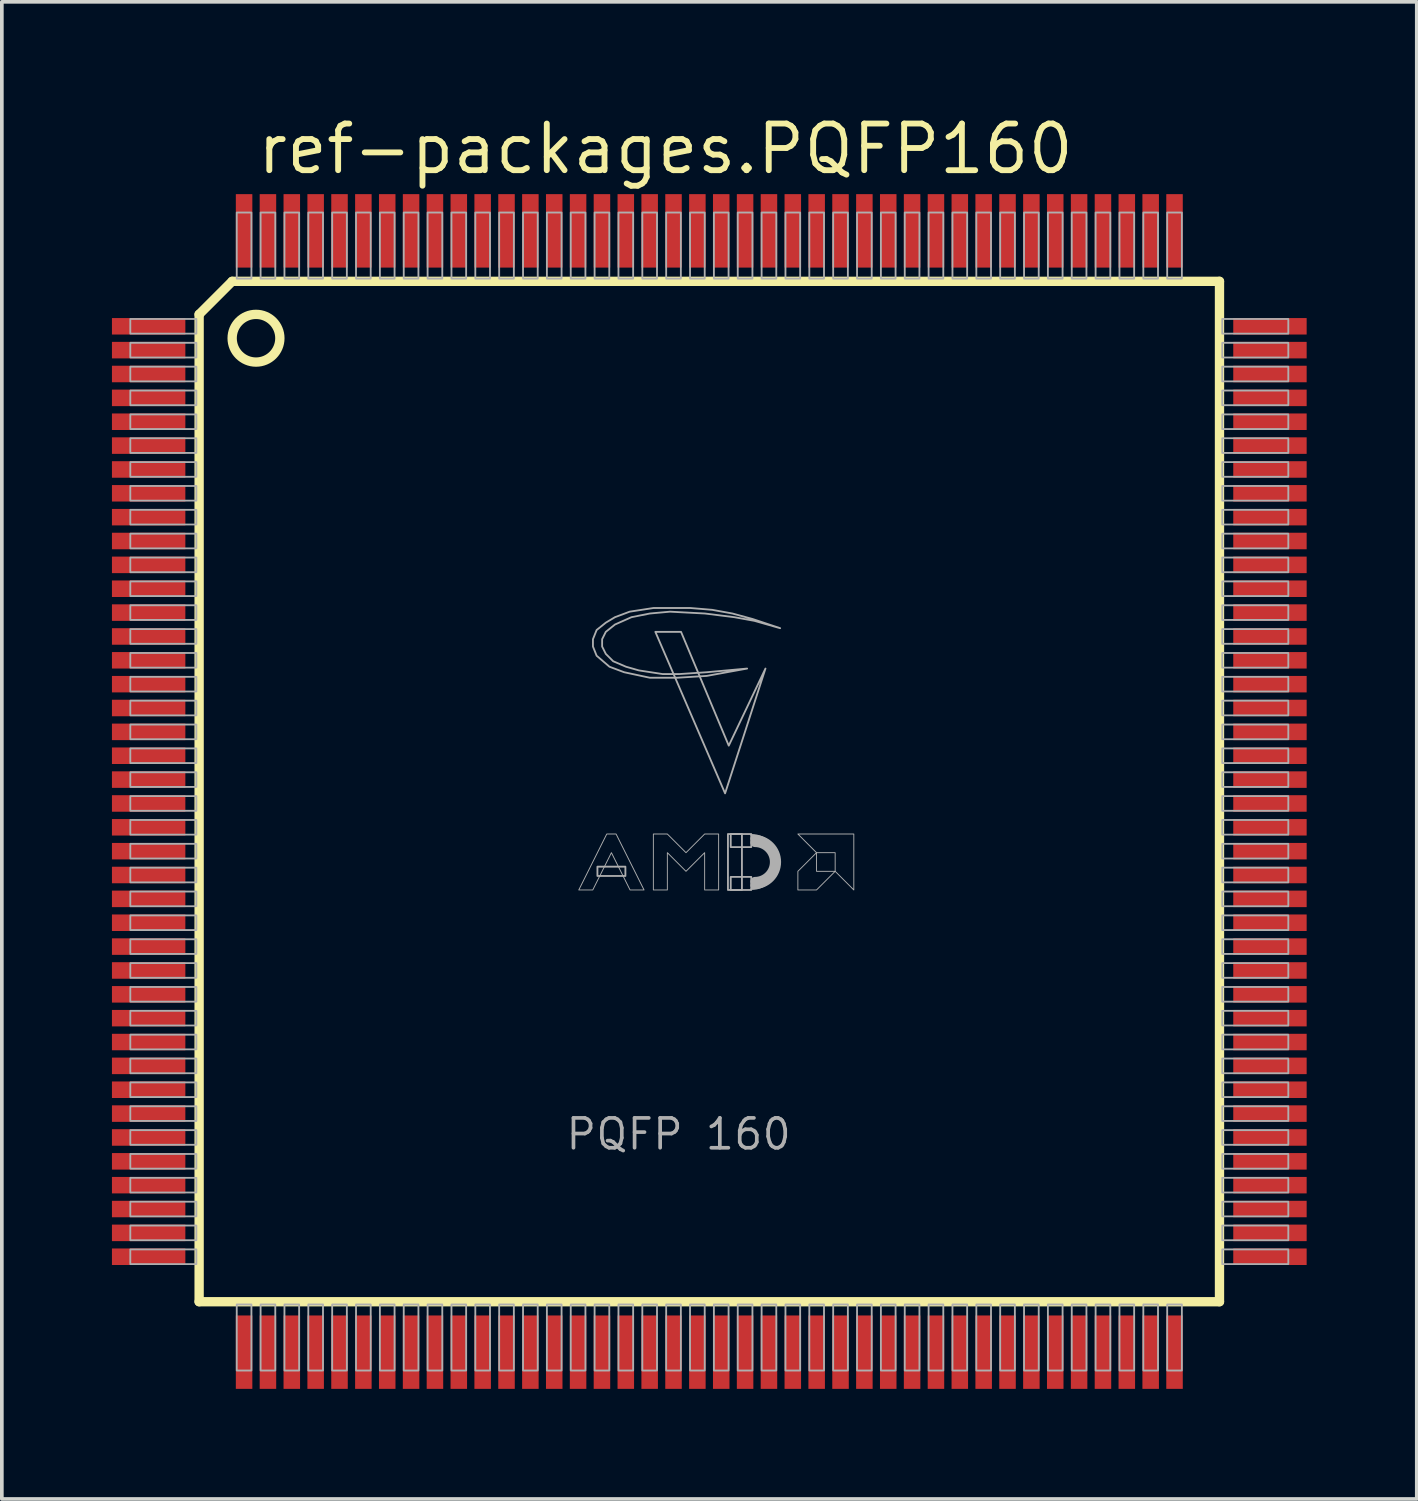
<source format=kicad_pcb>
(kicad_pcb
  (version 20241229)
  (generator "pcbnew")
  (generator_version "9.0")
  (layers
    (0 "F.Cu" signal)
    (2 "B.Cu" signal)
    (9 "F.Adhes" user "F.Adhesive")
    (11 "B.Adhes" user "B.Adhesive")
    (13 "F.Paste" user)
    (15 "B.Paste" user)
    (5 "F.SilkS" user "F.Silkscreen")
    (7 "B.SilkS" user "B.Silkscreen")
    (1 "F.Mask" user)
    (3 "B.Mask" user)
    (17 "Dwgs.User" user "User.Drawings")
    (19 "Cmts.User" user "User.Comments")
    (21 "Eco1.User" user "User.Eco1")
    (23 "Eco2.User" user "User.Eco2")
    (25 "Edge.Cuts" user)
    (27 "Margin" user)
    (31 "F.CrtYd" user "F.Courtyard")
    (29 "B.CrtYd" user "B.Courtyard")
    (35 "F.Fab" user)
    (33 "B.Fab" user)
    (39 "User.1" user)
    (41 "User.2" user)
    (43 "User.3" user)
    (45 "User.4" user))
  (footprint "ref-packages.PQFP160"
    (layer "F.Cu")
    (at 16.275 18.515)
    (property "Reference" "ref-packages.PQFP160" (at -12.395 -16.765 0) (layer "F.SilkS") (effects (font (size 1.27 1.27) (thickness 0.16)) (justify left bottom)))
    (attr smd)
    (fp_line (start -13.9 -13) (end -13 -13.9) (stroke (width 0.254) (type default)) (layer "F.SilkS"))
    (fp_line (start -13.9 13.9) (end -13.9 -13) (stroke (width 0.254) (type default)) (layer "F.SilkS"))
    (fp_line (start -13 -13.9) (end 13.9 -13.9) (stroke (width 0.254) (type default)) (layer "F.SilkS"))
    (fp_line (start 13.9 -13.9) (end 13.9 13.9) (stroke (width 0.254) (type default)) (layer "F.SilkS"))
    (fp_line (start 13.9 13.9) (end -13.9 13.9) (stroke (width 0.254) (type default)) (layer "F.SilkS"))
    (fp_circle (center -12.35 -12.35) (end -11.7 -12.35) (stroke (width 0.254) (type default)) (fill no) (layer "F.SilkS"))
    (fp_rect (start -15.775 -12.475) (end -13.975 -12.875) (stroke (width 0.05) (type default)) (fill no) (layer "F.Fab"))
    (fp_rect (start -15.775 -11.825) (end -13.975 -12.225) (stroke (width 0.05) (type default)) (fill no) (layer "F.Fab"))
    (fp_rect (start -15.775 -11.175) (end -13.975 -11.575) (stroke (width 0.05) (type default)) (fill no) (layer "F.Fab"))
    (fp_rect (start -15.775 -10.525) (end -13.975 -10.925) (stroke (width 0.05) (type default)) (fill no) (layer "F.Fab"))
    (fp_rect (start -15.775 -9.875) (end -13.975 -10.275) (stroke (width 0.05) (type default)) (fill no) (layer "F.Fab"))
    (fp_rect (start -15.775 -9.225) (end -13.975 -9.625) (stroke (width 0.05) (type default)) (fill no) (layer "F.Fab"))
    (fp_rect (start -15.775 -8.575) (end -13.975 -8.975) (stroke (width 0.05) (type default)) (fill no) (layer "F.Fab"))
    (fp_rect (start -15.775 -7.925) (end -13.975 -8.325) (stroke (width 0.05) (type default)) (fill no) (layer "F.Fab"))
    (fp_rect (start -15.775 -7.275) (end -13.975 -7.675) (stroke (width 0.05) (type default)) (fill no) (layer "F.Fab"))
    (fp_rect (start -15.775 -6.625) (end -13.975 -7.025) (stroke (width 0.05) (type default)) (fill no) (layer "F.Fab"))
    (fp_rect (start -15.775 -5.975) (end -13.975 -6.375) (stroke (width 0.05) (type default)) (fill no) (layer "F.Fab"))
    (fp_rect (start -15.775 -5.325) (end -13.975 -5.725) (stroke (width 0.05) (type default)) (fill no) (layer "F.Fab"))
    (fp_rect (start -15.775 -4.675) (end -13.975 -5.075) (stroke (width 0.05) (type default)) (fill no) (layer "F.Fab"))
    (fp_rect (start -15.775 -4.025) (end -13.975 -4.425) (stroke (width 0.05) (type default)) (fill no) (layer "F.Fab"))
    (fp_rect (start -15.775 -3.375) (end -13.975 -3.775) (stroke (width 0.05) (type default)) (fill no) (layer "F.Fab"))
    (fp_rect (start -15.775 -2.725) (end -13.975 -3.125) (stroke (width 0.05) (type default)) (fill no) (layer "F.Fab"))
    (fp_rect (start -15.775 -2.075) (end -13.975 -2.475) (stroke (width 0.05) (type default)) (fill no) (layer "F.Fab"))
    (fp_rect (start -15.775 -1.425) (end -13.975 -1.825) (stroke (width 0.05) (type default)) (fill no) (layer "F.Fab"))
    (fp_rect (start -15.775 -0.775) (end -13.975 -1.175) (stroke (width 0.05) (type default)) (fill no) (layer "F.Fab"))
    (fp_rect (start -15.775 -0.125) (end -13.975 -0.525) (stroke (width 0.05) (type default)) (fill no) (layer "F.Fab"))
    (fp_rect (start -15.775 0.525) (end -13.975 0.125) (stroke (width 0.05) (type default)) (fill no) (layer "F.Fab"))
    (fp_rect (start -15.775 1.175) (end -13.975 0.775) (stroke (width 0.05) (type default)) (fill no) (layer "F.Fab"))
    (fp_rect (start -15.775 1.825) (end -13.975 1.425) (stroke (width 0.05) (type default)) (fill no) (layer "F.Fab"))
    (fp_rect (start -15.775 2.475) (end -13.975 2.075) (stroke (width 0.05) (type default)) (fill no) (layer "F.Fab"))
    (fp_rect (start -15.775 3.125) (end -13.975 2.725) (stroke (width 0.05) (type default)) (fill no) (layer "F.Fab"))
    (fp_rect (start -15.775 3.775) (end -13.975 3.375) (stroke (width 0.05) (type default)) (fill no) (layer "F.Fab"))
    (fp_rect (start -15.775 4.425) (end -13.975 4.025) (stroke (width 0.05) (type default)) (fill no) (layer "F.Fab"))
    (fp_rect (start -15.775 5.075) (end -13.975 4.675) (stroke (width 0.05) (type default)) (fill no) (layer "F.Fab"))
    (fp_rect (start -15.775 5.725) (end -13.975 5.325) (stroke (width 0.05) (type default)) (fill no) (layer "F.Fab"))
    (fp_rect (start -15.775 6.375) (end -13.975 5.975) (stroke (width 0.05) (type default)) (fill no) (layer "F.Fab"))
    (fp_rect (start -15.775 7.025) (end -13.975 6.625) (stroke (width 0.05) (type default)) (fill no) (layer "F.Fab"))
    (fp_rect (start -15.775 7.675) (end -13.975 7.275) (stroke (width 0.05) (type default)) (fill no) (layer "F.Fab"))
    (fp_rect (start -15.775 8.325) (end -13.975 7.925) (stroke (width 0.05) (type default)) (fill no) (layer "F.Fab"))
    (fp_rect (start -15.775 8.975) (end -13.975 8.575) (stroke (width 0.05) (type default)) (fill no) (layer "F.Fab"))
    (fp_rect (start -15.775 9.625) (end -13.975 9.225) (stroke (width 0.05) (type default)) (fill no) (layer "F.Fab"))
    (fp_rect (start -15.775 10.275) (end -13.975 9.875) (stroke (width 0.05) (type default)) (fill no) (layer "F.Fab"))
    (fp_rect (start -15.775 10.925) (end -13.975 10.525) (stroke (width 0.05) (type default)) (fill no) (layer "F.Fab"))
    (fp_rect (start -15.775 11.575) (end -13.975 11.175) (stroke (width 0.05) (type default)) (fill no) (layer "F.Fab"))
    (fp_rect (start -15.775 12.225) (end -13.975 11.825) (stroke (width 0.05) (type default)) (fill no) (layer "F.Fab"))
    (fp_rect (start -15.775 12.875) (end -13.975 12.475) (stroke (width 0.05) (type default)) (fill no) (layer "F.Fab"))
    (fp_rect (start -12.875 -13.975) (end -12.475 -15.775) (stroke (width 0.05) (type default)) (fill no) (layer "F.Fab"))
    (fp_rect (start -12.875 15.775) (end -12.475 13.975) (stroke (width 0.05) (type default)) (fill no) (layer "F.Fab"))
    (fp_rect (start -12.225 -13.975) (end -11.825 -15.775) (stroke (width 0.05) (type default)) (fill no) (layer "F.Fab"))
    (fp_rect (start -12.225 15.775) (end -11.825 13.975) (stroke (width 0.05) (type default)) (fill no) (layer "F.Fab"))
    (fp_rect (start -11.575 -13.975) (end -11.175 -15.775) (stroke (width 0.05) (type default)) (fill no) (layer "F.Fab"))
    (fp_rect (start -11.575 15.775) (end -11.175 13.975) (stroke (width 0.05) (type default)) (fill no) (layer "F.Fab"))
    (fp_rect (start -10.925 -13.975) (end -10.525 -15.775) (stroke (width 0.05) (type default)) (fill no) (layer "F.Fab"))
    (fp_rect (start -10.925 15.775) (end -10.525 13.975) (stroke (width 0.05) (type default)) (fill no) (layer "F.Fab"))
    (fp_rect (start -10.275 -13.975) (end -9.875 -15.775) (stroke (width 0.05) (type default)) (fill no) (layer "F.Fab"))
    (fp_rect (start -10.275 15.775) (end -9.875 13.975) (stroke (width 0.05) (type default)) (fill no) (layer "F.Fab"))
    (fp_rect (start -9.625 -13.975) (end -9.225 -15.775) (stroke (width 0.05) (type default)) (fill no) (layer "F.Fab"))
    (fp_rect (start -9.625 15.775) (end -9.225 13.975) (stroke (width 0.05) (type default)) (fill no) (layer "F.Fab"))
    (fp_rect (start -8.975 -13.975) (end -8.575 -15.775) (stroke (width 0.05) (type default)) (fill no) (layer "F.Fab"))
    (fp_rect (start -8.975 15.775) (end -8.575 13.975) (stroke (width 0.05) (type default)) (fill no) (layer "F.Fab"))
    (fp_rect (start -8.325 -13.975) (end -7.925 -15.775) (stroke (width 0.05) (type default)) (fill no) (layer "F.Fab"))
    (fp_rect (start -8.325 15.775) (end -7.925 13.975) (stroke (width 0.05) (type default)) (fill no) (layer "F.Fab"))
    (fp_rect (start -7.675 -13.975) (end -7.275 -15.775) (stroke (width 0.05) (type default)) (fill no) (layer "F.Fab"))
    (fp_rect (start -7.675 15.775) (end -7.275 13.975) (stroke (width 0.05) (type default)) (fill no) (layer "F.Fab"))
    (fp_rect (start -7.025 -13.975) (end -6.625 -15.775) (stroke (width 0.05) (type default)) (fill no) (layer "F.Fab"))
    (fp_rect (start -7.025 15.775) (end -6.625 13.975) (stroke (width 0.05) (type default)) (fill no) (layer "F.Fab"))
    (fp_rect (start -6.375 -13.975) (end -5.975 -15.775) (stroke (width 0.05) (type default)) (fill no) (layer "F.Fab"))
    (fp_rect (start -6.375 15.775) (end -5.975 13.975) (stroke (width 0.05) (type default)) (fill no) (layer "F.Fab"))
    (fp_rect (start -5.725 -13.975) (end -5.325 -15.775) (stroke (width 0.05) (type default)) (fill no) (layer "F.Fab"))
    (fp_rect (start -5.725 15.775) (end -5.325 13.975) (stroke (width 0.05) (type default)) (fill no) (layer "F.Fab"))
    (fp_rect (start -5.075 -13.975) (end -4.675 -15.775) (stroke (width 0.05) (type default)) (fill no) (layer "F.Fab"))
    (fp_rect (start -5.075 15.775) (end -4.675 13.975) (stroke (width 0.05) (type default)) (fill no) (layer "F.Fab"))
    (fp_rect (start -4.425 -13.975) (end -4.025 -15.775) (stroke (width 0.05) (type default)) (fill no) (layer "F.Fab"))
    (fp_rect (start -4.425 15.775) (end -4.025 13.975) (stroke (width 0.05) (type default)) (fill no) (layer "F.Fab"))
    (fp_rect (start -3.775 -13.975) (end -3.375 -15.775) (stroke (width 0.05) (type default)) (fill no) (layer "F.Fab"))
    (fp_rect (start -3.775 15.775) (end -3.375 13.975) (stroke (width 0.05) (type default)) (fill no) (layer "F.Fab"))
    (fp_rect (start -3.125 -13.975) (end -2.725 -15.775) (stroke (width 0.05) (type default)) (fill no) (layer "F.Fab"))
    (fp_rect (start -3.125 15.775) (end -2.725 13.975) (stroke (width 0.05) (type default)) (fill no) (layer "F.Fab"))
    (fp_rect (start -3.048 2.301) (end -2.286 2.047) (stroke (width 0.05) (type default)) (fill no) (layer "F.Fab"))
    (fp_rect (start -2.475 -13.975) (end -2.075 -15.775) (stroke (width 0.05) (type default)) (fill no) (layer "F.Fab"))
    (fp_rect (start -2.475 15.775) (end -2.075 13.975) (stroke (width 0.05) (type default)) (fill no) (layer "F.Fab"))
    (fp_rect (start -1.825 -13.975) (end -1.425 -15.775) (stroke (width 0.05) (type default)) (fill no) (layer "F.Fab"))
    (fp_rect (start -1.825 15.775) (end -1.425 13.975) (stroke (width 0.05) (type default)) (fill no) (layer "F.Fab"))
    (fp_rect (start -1.175 -13.975) (end -0.775 -15.775) (stroke (width 0.05) (type default)) (fill no) (layer "F.Fab"))
    (fp_rect (start -1.175 15.775) (end -0.775 13.975) (stroke (width 0.05) (type default)) (fill no) (layer "F.Fab"))
    (fp_rect (start -0.525 -13.975) (end -0.125 -15.775) (stroke (width 0.05) (type default)) (fill no) (layer "F.Fab"))
    (fp_rect (start -0.525 15.775) (end -0.125 13.975) (stroke (width 0.05) (type default)) (fill no) (layer "F.Fab"))
    (fp_rect (start 0.125 -13.975) (end 0.525 -15.775) (stroke (width 0.05) (type default)) (fill no) (layer "F.Fab"))
    (fp_rect (start 0.125 15.775) (end 0.525 13.975) (stroke (width 0.05) (type default)) (fill no) (layer "F.Fab"))
    (fp_rect (start 0.508 2.682) (end 0.889 1.158) (stroke (width 0.05) (type default)) (fill no) (layer "F.Fab"))
    (fp_rect (start 0.584 1.514) (end 1.143 1.158) (stroke (width 0.05) (type default)) (fill no) (layer "F.Fab"))
    (fp_rect (start 0.584 2.682) (end 1.143 2.326) (stroke (width 0.05) (type default)) (fill no) (layer "F.Fab"))
    (fp_rect (start 0.775 -13.975) (end 1.175 -15.775) (stroke (width 0.05) (type default)) (fill no) (layer "F.Fab"))
    (fp_rect (start 0.775 15.775) (end 1.175 13.975) (stroke (width 0.05) (type default)) (fill no) (layer "F.Fab"))
    (fp_rect (start 1.425 -13.975) (end 1.825 -15.775) (stroke (width 0.05) (type default)) (fill no) (layer "F.Fab"))
    (fp_rect (start 1.425 15.775) (end 1.825 13.975) (stroke (width 0.05) (type default)) (fill no) (layer "F.Fab"))
    (fp_rect (start 2.075 -13.975) (end 2.475 -15.775) (stroke (width 0.05) (type default)) (fill no) (layer "F.Fab"))
    (fp_rect (start 2.075 15.775) (end 2.475 13.975) (stroke (width 0.05) (type default)) (fill no) (layer "F.Fab"))
    (fp_rect (start 2.725 -13.975) (end 3.125 -15.775) (stroke (width 0.05) (type default)) (fill no) (layer "F.Fab"))
    (fp_rect (start 2.725 15.775) (end 3.125 13.975) (stroke (width 0.05) (type default)) (fill no) (layer "F.Fab"))
    (fp_rect (start 3.375 -13.975) (end 3.775 -15.775) (stroke (width 0.05) (type default)) (fill no) (layer "F.Fab"))
    (fp_rect (start 3.375 15.775) (end 3.775 13.975) (stroke (width 0.05) (type default)) (fill no) (layer "F.Fab"))
    (fp_rect (start 4.025 -13.975) (end 4.425 -15.775) (stroke (width 0.05) (type default)) (fill no) (layer "F.Fab"))
    (fp_rect (start 4.025 15.775) (end 4.425 13.975) (stroke (width 0.05) (type default)) (fill no) (layer "F.Fab"))
    (fp_rect (start 4.675 -13.975) (end 5.075 -15.775) (stroke (width 0.05) (type default)) (fill no) (layer "F.Fab"))
    (fp_rect (start 4.675 15.775) (end 5.075 13.975) (stroke (width 0.05) (type default)) (fill no) (layer "F.Fab"))
    (fp_rect (start 5.325 -13.975) (end 5.725 -15.775) (stroke (width 0.05) (type default)) (fill no) (layer "F.Fab"))
    (fp_rect (start 5.325 15.775) (end 5.725 13.975) (stroke (width 0.05) (type default)) (fill no) (layer "F.Fab"))
    (fp_rect (start 5.975 -13.975) (end 6.375 -15.775) (stroke (width 0.05) (type default)) (fill no) (layer "F.Fab"))
    (fp_rect (start 5.975 15.775) (end 6.375 13.975) (stroke (width 0.05) (type default)) (fill no) (layer "F.Fab"))
    (fp_rect (start 6.625 -13.975) (end 7.025 -15.775) (stroke (width 0.05) (type default)) (fill no) (layer "F.Fab"))
    (fp_rect (start 6.625 15.775) (end 7.025 13.975) (stroke (width 0.05) (type default)) (fill no) (layer "F.Fab"))
    (fp_rect (start 7.275 -13.975) (end 7.675 -15.775) (stroke (width 0.05) (type default)) (fill no) (layer "F.Fab"))
    (fp_rect (start 7.275 15.775) (end 7.675 13.975) (stroke (width 0.05) (type default)) (fill no) (layer "F.Fab"))
    (fp_rect (start 7.925 -13.975) (end 8.325 -15.775) (stroke (width 0.05) (type default)) (fill no) (layer "F.Fab"))
    (fp_rect (start 7.925 15.775) (end 8.325 13.975) (stroke (width 0.05) (type default)) (fill no) (layer "F.Fab"))
    (fp_rect (start 8.575 -13.975) (end 8.975 -15.775) (stroke (width 0.05) (type default)) (fill no) (layer "F.Fab"))
    (fp_rect (start 8.575 15.775) (end 8.975 13.975) (stroke (width 0.05) (type default)) (fill no) (layer "F.Fab"))
    (fp_rect (start 9.225 -13.975) (end 9.625 -15.775) (stroke (width 0.05) (type default)) (fill no) (layer "F.Fab"))
    (fp_rect (start 9.225 15.775) (end 9.625 13.975) (stroke (width 0.05) (type default)) (fill no) (layer "F.Fab"))
    (fp_rect (start 9.875 -13.975) (end 10.275 -15.775) (stroke (width 0.05) (type default)) (fill no) (layer "F.Fab"))
    (fp_rect (start 9.875 15.775) (end 10.275 13.975) (stroke (width 0.05) (type default)) (fill no) (layer "F.Fab"))
    (fp_rect (start 10.525 -13.975) (end 10.925 -15.775) (stroke (width 0.05) (type default)) (fill no) (layer "F.Fab"))
    (fp_rect (start 10.525 15.775) (end 10.925 13.975) (stroke (width 0.05) (type default)) (fill no) (layer "F.Fab"))
    (fp_rect (start 11.175 -13.975) (end 11.575 -15.775) (stroke (width 0.05) (type default)) (fill no) (layer "F.Fab"))
    (fp_rect (start 11.175 15.775) (end 11.575 13.975) (stroke (width 0.05) (type default)) (fill no) (layer "F.Fab"))
    (fp_rect (start 11.825 -13.975) (end 12.225 -15.775) (stroke (width 0.05) (type default)) (fill no) (layer "F.Fab"))
    (fp_rect (start 11.825 15.775) (end 12.225 13.975) (stroke (width 0.05) (type default)) (fill no) (layer "F.Fab"))
    (fp_rect (start 12.475 -13.975) (end 12.875 -15.775) (stroke (width 0.05) (type default)) (fill no) (layer "F.Fab"))
    (fp_rect (start 12.475 15.775) (end 12.875 13.975) (stroke (width 0.05) (type default)) (fill no) (layer "F.Fab"))
    (fp_rect (start 13.975 -12.475) (end 15.775 -12.875) (stroke (width 0.05) (type default)) (fill no) (layer "F.Fab"))
    (fp_rect (start 13.975 -11.825) (end 15.775 -12.225) (stroke (width 0.05) (type default)) (fill no) (layer "F.Fab"))
    (fp_rect (start 13.975 -11.175) (end 15.775 -11.575) (stroke (width 0.05) (type default)) (fill no) (layer "F.Fab"))
    (fp_rect (start 13.975 -10.525) (end 15.775 -10.925) (stroke (width 0.05) (type default)) (fill no) (layer "F.Fab"))
    (fp_rect (start 13.975 -9.875) (end 15.775 -10.275) (stroke (width 0.05) (type default)) (fill no) (layer "F.Fab"))
    (fp_rect (start 13.975 -9.225) (end 15.775 -9.625) (stroke (width 0.05) (type default)) (fill no) (layer "F.Fab"))
    (fp_rect (start 13.975 -8.575) (end 15.775 -8.975) (stroke (width 0.05) (type default)) (fill no) (layer "F.Fab"))
    (fp_rect (start 13.975 -7.925) (end 15.775 -8.325) (stroke (width 0.05) (type default)) (fill no) (layer "F.Fab"))
    (fp_rect (start 13.975 -7.275) (end 15.775 -7.675) (stroke (width 0.05) (type default)) (fill no) (layer "F.Fab"))
    (fp_rect (start 13.975 -6.625) (end 15.775 -7.025) (stroke (width 0.05) (type default)) (fill no) (layer "F.Fab"))
    (fp_rect (start 13.975 -5.975) (end 15.775 -6.375) (stroke (width 0.05) (type default)) (fill no) (layer "F.Fab"))
    (fp_rect (start 13.975 -5.325) (end 15.775 -5.725) (stroke (width 0.05) (type default)) (fill no) (layer "F.Fab"))
    (fp_rect (start 13.975 -4.675) (end 15.775 -5.075) (stroke (width 0.05) (type default)) (fill no) (layer "F.Fab"))
    (fp_rect (start 13.975 -4.025) (end 15.775 -4.425) (stroke (width 0.05) (type default)) (fill no) (layer "F.Fab"))
    (fp_rect (start 13.975 -3.375) (end 15.775 -3.775) (stroke (width 0.05) (type default)) (fill no) (layer "F.Fab"))
    (fp_rect (start 13.975 -2.725) (end 15.775 -3.125) (stroke (width 0.05) (type default)) (fill no) (layer "F.Fab"))
    (fp_rect (start 13.975 -2.075) (end 15.775 -2.475) (stroke (width 0.05) (type default)) (fill no) (layer "F.Fab"))
    (fp_rect (start 13.975 -1.425) (end 15.775 -1.825) (stroke (width 0.05) (type default)) (fill no) (layer "F.Fab"))
    (fp_rect (start 13.975 -0.775) (end 15.775 -1.175) (stroke (width 0.05) (type default)) (fill no) (layer "F.Fab"))
    (fp_rect (start 13.975 -0.125) (end 15.775 -0.525) (stroke (width 0.05) (type default)) (fill no) (layer "F.Fab"))
    (fp_rect (start 13.975 0.525) (end 15.775 0.125) (stroke (width 0.05) (type default)) (fill no) (layer "F.Fab"))
    (fp_rect (start 13.975 1.175) (end 15.775 0.775) (stroke (width 0.05) (type default)) (fill no) (layer "F.Fab"))
    (fp_rect (start 13.975 1.825) (end 15.775 1.425) (stroke (width 0.05) (type default)) (fill no) (layer "F.Fab"))
    (fp_rect (start 13.975 2.475) (end 15.775 2.075) (stroke (width 0.05) (type default)) (fill no) (layer "F.Fab"))
    (fp_rect (start 13.975 3.125) (end 15.775 2.725) (stroke (width 0.05) (type default)) (fill no) (layer "F.Fab"))
    (fp_rect (start 13.975 3.775) (end 15.775 3.375) (stroke (width 0.05) (type default)) (fill no) (layer "F.Fab"))
    (fp_rect (start 13.975 4.425) (end 15.775 4.025) (stroke (width 0.05) (type default)) (fill no) (layer "F.Fab"))
    (fp_rect (start 13.975 5.075) (end 15.775 4.675) (stroke (width 0.05) (type default)) (fill no) (layer "F.Fab"))
    (fp_rect (start 13.975 5.725) (end 15.775 5.325) (stroke (width 0.05) (type default)) (fill no) (layer "F.Fab"))
    (fp_rect (start 13.975 6.375) (end 15.775 5.975) (stroke (width 0.05) (type default)) (fill no) (layer "F.Fab"))
    (fp_rect (start 13.975 7.025) (end 15.775 6.625) (stroke (width 0.05) (type default)) (fill no) (layer "F.Fab"))
    (fp_rect (start 13.975 7.675) (end 15.775 7.275) (stroke (width 0.05) (type default)) (fill no) (layer "F.Fab"))
    (fp_rect (start 13.975 8.325) (end 15.775 7.925) (stroke (width 0.05) (type default)) (fill no) (layer "F.Fab"))
    (fp_rect (start 13.975 8.975) (end 15.775 8.575) (stroke (width 0.05) (type default)) (fill no) (layer "F.Fab"))
    (fp_rect (start 13.975 9.625) (end 15.775 9.225) (stroke (width 0.05) (type default)) (fill no) (layer "F.Fab"))
    (fp_rect (start 13.975 10.275) (end 15.775 9.875) (stroke (width 0.05) (type default)) (fill no) (layer "F.Fab"))
    (fp_rect (start 13.975 10.925) (end 15.775 10.525) (stroke (width 0.05) (type default)) (fill no) (layer "F.Fab"))
    (fp_rect (start 13.975 11.575) (end 15.775 11.175) (stroke (width 0.05) (type default)) (fill no) (layer "F.Fab"))
    (fp_rect (start 13.975 12.225) (end 15.775 11.825) (stroke (width 0.05) (type default)) (fill no) (layer "F.Fab"))
    (fp_rect (start 13.975 12.875) (end 15.775 12.475) (stroke (width 0.05) (type default)) (fill no) (layer "F.Fab"))
    (fp_arc (start 1.143 1.1834) (mid 1.8796 1.92) (end 1.143 2.6566) (stroke (width 0.0508) (type default)) (layer "F.Fab"))
    (fp_arc (start 1.2192 1.285) (mid 1.8542 1.92) (end 1.2192 2.555) (stroke (width 0.2032) (type default)) (layer "F.Fab"))
    (fp_arc (start 1.2446 1.3866) (mid 1.778 1.92) (end 1.2446 2.4534) (stroke (width 0.254) (type default)) (layer "F.Fab"))
    (fp_poly (pts (xy -1.47 -4.35) (xy -0.77 -4.35) (xy 0.53 -1.25) (xy 1.53 -3.35) (xy 0.43 0.05)) (stroke (width 0.05) (type default)) (fill no) (layer "F.Fab"))
    (fp_poly (pts (xy 2.413 1.158) (xy 3.937 1.158) (xy 3.937 2.682) (xy 3.429 2.174) (xy 3.429 1.666) (xy 2.921 1.666)) (stroke (width 0.025) (type default)) (fill no) (layer "F.Fab"))
    (fp_poly (pts (xy 2.921 1.666) (xy 2.413 2.174) (xy 2.413 2.682) (xy 2.921 2.682) (xy 3.429 2.174) (xy 2.921 2.174)) (stroke (width 0.025) (type default)) (fill no) (layer "F.Fab"))
    (fp_poly (pts (xy -3.556 2.682) (xy -2.794 1.158) (xy -2.54 1.158) (xy -1.778 2.682) (xy -2.159 2.682) (xy -2.667 1.666) (xy -3.175 2.682)) (stroke (width 0.025) (type default)) (fill no) (layer "F.Fab"))
    (fp_poly (pts (xy -1.524 2.682) (xy -1.524 1.158) (xy -1.143 1.158) (xy -0.635 1.666) (xy -0.127 1.158) (xy 0.254 1.158) (xy 0.254 2.682) (xy -0.127 2.682) (xy -0.127 1.666) (xy -0.635 2.174) (xy -1.143 1.666) (xy -1.143 2.682)) (stroke (width 0.025) (type default)) (fill no) (layer "F.Fab"))
    (fp_poly (pts (xy 1.93 -4.45) (xy 1.18 -4.7) (xy 0.63 -4.85) (xy 0.08 -4.95) (xy -0.52 -5) (xy -1.52 -5) (xy -2.17 -4.9) (xy -2.57 -4.75) (xy -2.82 -4.6) (xy -3.07 -4.4) (xy -3.17 -4.15) (xy -3.17 -3.95) (xy -3.07 -3.7) (xy -2.72 -3.4) (xy -2.32 -3.25) (xy -1.62 -3.1) (xy -0.87 -3.1) (xy -0.07 -3.15) (xy 1.03 -3.35) (xy -0.07 -3.25) (xy -0.82 -3.2) (xy -1.27 -3.2) (xy -1.92 -3.3) (xy -2.27 -3.4) (xy -2.62 -3.55) (xy -2.82 -3.75) (xy -2.92 -3.95) (xy -2.92 -4.15) (xy -2.82 -4.35) (xy -2.57 -4.55) (xy -2.12 -4.75) (xy -1.62 -4.85) (xy -1.07 -4.9) (xy -0.12 -4.85) (xy 0.68 -4.75) (xy 1.23 -4.65)) (stroke (width 0.05) (type default)) (fill no) (layer "F.Fab"))
    (fp_text user "PQFP 160" (at -3.96 9.81 0) (layer "F.Fab") (effects (font (size 0.813 0.813) (thickness 0.1)) (justify left bottom)))
    (pad "1" smd roundrect (at -15.275 -12.675) (size 2 0.45) (layers "F.Cu" "F.Mask" "F.Paste") (roundrect_rratio 0.01))
    (pad "2" smd roundrect (at -15.275 -12.025) (size 2 0.45) (layers "F.Cu" "F.Mask" "F.Paste") (roundrect_rratio 0.01))
    (pad "3" smd roundrect (at -15.275 -11.375) (size 2 0.45) (layers "F.Cu" "F.Mask" "F.Paste") (roundrect_rratio 0.01))
    (pad "4" smd roundrect (at -15.275 -10.725) (size 2 0.45) (layers "F.Cu" "F.Mask" "F.Paste") (roundrect_rratio 0.01))
    (pad "5" smd roundrect (at -15.275 -10.075) (size 2 0.45) (layers "F.Cu" "F.Mask" "F.Paste") (roundrect_rratio 0.01))
    (pad "6" smd roundrect (at -15.275 -9.425) (size 2 0.45) (layers "F.Cu" "F.Mask" "F.Paste") (roundrect_rratio 0.01))
    (pad "7" smd roundrect (at -15.275 -8.775) (size 2 0.45) (layers "F.Cu" "F.Mask" "F.Paste") (roundrect_rratio 0.01))
    (pad "8" smd roundrect (at -15.275 -8.125) (size 2 0.45) (layers "F.Cu" "F.Mask" "F.Paste") (roundrect_rratio 0.01))
    (pad "9" smd roundrect (at -15.275 -7.475) (size 2 0.45) (layers "F.Cu" "F.Mask" "F.Paste") (roundrect_rratio 0.01))
    (pad "10" smd roundrect (at -15.275 -6.825) (size 2 0.45) (layers "F.Cu" "F.Mask" "F.Paste") (roundrect_rratio 0.01))
    (pad "11" smd roundrect (at -15.275 -6.175) (size 2 0.45) (layers "F.Cu" "F.Mask" "F.Paste") (roundrect_rratio 0.01))
    (pad "12" smd roundrect (at -15.275 -5.525) (size 2 0.45) (layers "F.Cu" "F.Mask" "F.Paste") (roundrect_rratio 0.01))
    (pad "13" smd roundrect (at -15.275 -4.875) (size 2 0.45) (layers "F.Cu" "F.Mask" "F.Paste") (roundrect_rratio 0.01))
    (pad "14" smd roundrect (at -15.275 -4.225) (size 2 0.45) (layers "F.Cu" "F.Mask" "F.Paste") (roundrect_rratio 0.01))
    (pad "15" smd roundrect (at -15.275 -3.575) (size 2 0.45) (layers "F.Cu" "F.Mask" "F.Paste") (roundrect_rratio 0.01))
    (pad "16" smd roundrect (at -15.275 -2.925) (size 2 0.45) (layers "F.Cu" "F.Mask" "F.Paste") (roundrect_rratio 0.01))
    (pad "17" smd roundrect (at -15.275 -2.275) (size 2 0.45) (layers "F.Cu" "F.Mask" "F.Paste") (roundrect_rratio 0.01))
    (pad "18" smd roundrect (at -15.275 -1.625) (size 2 0.45) (layers "F.Cu" "F.Mask" "F.Paste") (roundrect_rratio 0.01))
    (pad "19" smd roundrect (at -15.275 -0.975) (size 2 0.45) (layers "F.Cu" "F.Mask" "F.Paste") (roundrect_rratio 0.01))
    (pad "20" smd roundrect (at -15.275 -0.325) (size 2 0.45) (layers "F.Cu" "F.Mask" "F.Paste") (roundrect_rratio 0.01))
    (pad "21" smd roundrect (at -15.275 0.325) (size 2 0.45) (layers "F.Cu" "F.Mask" "F.Paste") (roundrect_rratio 0.01))
    (pad "22" smd roundrect (at -15.275 0.975) (size 2 0.45) (layers "F.Cu" "F.Mask" "F.Paste") (roundrect_rratio 0.01))
    (pad "23" smd roundrect (at -15.275 1.625) (size 2 0.45) (layers "F.Cu" "F.Mask" "F.Paste") (roundrect_rratio 0.01))
    (pad "24" smd roundrect (at -15.275 2.275) (size 2 0.45) (layers "F.Cu" "F.Mask" "F.Paste") (roundrect_rratio 0.01))
    (pad "25" smd roundrect (at -15.275 2.925) (size 2 0.45) (layers "F.Cu" "F.Mask" "F.Paste") (roundrect_rratio 0.01))
    (pad "26" smd roundrect (at -15.275 3.575) (size 2 0.45) (layers "F.Cu" "F.Mask" "F.Paste") (roundrect_rratio 0.01))
    (pad "27" smd roundrect (at -15.275 4.225) (size 2 0.45) (layers "F.Cu" "F.Mask" "F.Paste") (roundrect_rratio 0.01))
    (pad "28" smd roundrect (at -15.275 4.875) (size 2 0.45) (layers "F.Cu" "F.Mask" "F.Paste") (roundrect_rratio 0.01))
    (pad "29" smd roundrect (at -15.275 5.525) (size 2 0.45) (layers "F.Cu" "F.Mask" "F.Paste") (roundrect_rratio 0.01))
    (pad "30" smd roundrect (at -15.275 6.175) (size 2 0.45) (layers "F.Cu" "F.Mask" "F.Paste") (roundrect_rratio 0.01))
    (pad "31" smd roundrect (at -15.275 6.825) (size 2 0.45) (layers "F.Cu" "F.Mask" "F.Paste") (roundrect_rratio 0.01))
    (pad "32" smd roundrect (at -15.275 7.475) (size 2 0.45) (layers "F.Cu" "F.Mask" "F.Paste") (roundrect_rratio 0.01))
    (pad "33" smd roundrect (at -15.275 8.125) (size 2 0.45) (layers "F.Cu" "F.Mask" "F.Paste") (roundrect_rratio 0.01))
    (pad "34" smd roundrect (at -15.275 8.775) (size 2 0.45) (layers "F.Cu" "F.Mask" "F.Paste") (roundrect_rratio 0.01))
    (pad "35" smd roundrect (at -15.275 9.425) (size 2 0.45) (layers "F.Cu" "F.Mask" "F.Paste") (roundrect_rratio 0.01))
    (pad "36" smd roundrect (at -15.275 10.075) (size 2 0.45) (layers "F.Cu" "F.Mask" "F.Paste") (roundrect_rratio 0.01))
    (pad "37" smd roundrect (at -15.275 10.725) (size 2 0.45) (layers "F.Cu" "F.Mask" "F.Paste") (roundrect_rratio 0.01))
    (pad "38" smd roundrect (at -15.275 11.375) (size 2 0.45) (layers "F.Cu" "F.Mask" "F.Paste") (roundrect_rratio 0.01))
    (pad "39" smd roundrect (at -15.275 12.025) (size 2 0.45) (layers "F.Cu" "F.Mask" "F.Paste") (roundrect_rratio 0.01))
    (pad "40" smd roundrect (at -15.275 12.675) (size 2 0.45) (layers "F.Cu" "F.Mask" "F.Paste") (roundrect_rratio 0.01))
    (pad "41" smd roundrect (at -12.675 15.275) (size 0.45 2) (layers "F.Cu" "F.Mask" "F.Paste") (roundrect_rratio 0.01))
    (pad "42" smd roundrect (at -12.025 15.275) (size 0.45 2) (layers "F.Cu" "F.Mask" "F.Paste") (roundrect_rratio 0.01))
    (pad "43" smd roundrect (at -11.375 15.275) (size 0.45 2) (layers "F.Cu" "F.Mask" "F.Paste") (roundrect_rratio 0.01))
    (pad "44" smd roundrect (at -10.725 15.275) (size 0.45 2) (layers "F.Cu" "F.Mask" "F.Paste") (roundrect_rratio 0.01))
    (pad "45" smd roundrect (at -10.075 15.275) (size 0.45 2) (layers "F.Cu" "F.Mask" "F.Paste") (roundrect_rratio 0.01))
    (pad "46" smd roundrect (at -9.425 15.275) (size 0.45 2) (layers "F.Cu" "F.Mask" "F.Paste") (roundrect_rratio 0.01))
    (pad "47" smd roundrect (at -8.775 15.275) (size 0.45 2) (layers "F.Cu" "F.Mask" "F.Paste") (roundrect_rratio 0.01))
    (pad "48" smd roundrect (at -8.125 15.275) (size 0.45 2) (layers "F.Cu" "F.Mask" "F.Paste") (roundrect_rratio 0.01))
    (pad "49" smd roundrect (at -7.475 15.275) (size 0.45 2) (layers "F.Cu" "F.Mask" "F.Paste") (roundrect_rratio 0.01))
    (pad "50" smd roundrect (at -6.825 15.275) (size 0.45 2) (layers "F.Cu" "F.Mask" "F.Paste") (roundrect_rratio 0.01))
    (pad "51" smd roundrect (at -6.175 15.275) (size 0.45 2) (layers "F.Cu" "F.Mask" "F.Paste") (roundrect_rratio 0.01))
    (pad "52" smd roundrect (at -5.525 15.275) (size 0.45 2) (layers "F.Cu" "F.Mask" "F.Paste") (roundrect_rratio 0.01))
    (pad "53" smd roundrect (at -4.875 15.275) (size 0.45 2) (layers "F.Cu" "F.Mask" "F.Paste") (roundrect_rratio 0.01))
    (pad "54" smd roundrect (at -4.225 15.275) (size 0.45 2) (layers "F.Cu" "F.Mask" "F.Paste") (roundrect_rratio 0.01))
    (pad "55" smd roundrect (at -3.575 15.275) (size 0.45 2) (layers "F.Cu" "F.Mask" "F.Paste") (roundrect_rratio 0.01))
    (pad "56" smd roundrect (at -2.925 15.275) (size 0.45 2) (layers "F.Cu" "F.Mask" "F.Paste") (roundrect_rratio 0.01))
    (pad "57" smd roundrect (at -2.275 15.275) (size 0.45 2) (layers "F.Cu" "F.Mask" "F.Paste") (roundrect_rratio 0.01))
    (pad "58" smd roundrect (at -1.625 15.275) (size 0.45 2) (layers "F.Cu" "F.Mask" "F.Paste") (roundrect_rratio 0.01))
    (pad "59" smd roundrect (at -0.975 15.275) (size 0.45 2) (layers "F.Cu" "F.Mask" "F.Paste") (roundrect_rratio 0.01))
    (pad "60" smd roundrect (at -0.325 15.275) (size 0.45 2) (layers "F.Cu" "F.Mask" "F.Paste") (roundrect_rratio 0.01))
    (pad "61" smd roundrect (at 0.325 15.275) (size 0.45 2) (layers "F.Cu" "F.Mask" "F.Paste") (roundrect_rratio 0.01))
    (pad "62" smd roundrect (at 0.975 15.275) (size 0.45 2) (layers "F.Cu" "F.Mask" "F.Paste") (roundrect_rratio 0.01))
    (pad "63" smd roundrect (at 1.625 15.275) (size 0.45 2) (layers "F.Cu" "F.Mask" "F.Paste") (roundrect_rratio 0.01))
    (pad "64" smd roundrect (at 2.275 15.275) (size 0.45 2) (layers "F.Cu" "F.Mask" "F.Paste") (roundrect_rratio 0.01))
    (pad "65" smd roundrect (at 2.925 15.275) (size 0.45 2) (layers "F.Cu" "F.Mask" "F.Paste") (roundrect_rratio 0.01))
    (pad "66" smd roundrect (at 3.575 15.275) (size 0.45 2) (layers "F.Cu" "F.Mask" "F.Paste") (roundrect_rratio 0.01))
    (pad "67" smd roundrect (at 4.225 15.275) (size 0.45 2) (layers "F.Cu" "F.Mask" "F.Paste") (roundrect_rratio 0.01))
    (pad "68" smd roundrect (at 4.875 15.275) (size 0.45 2) (layers "F.Cu" "F.Mask" "F.Paste") (roundrect_rratio 0.01))
    (pad "69" smd roundrect (at 5.525 15.275) (size 0.45 2) (layers "F.Cu" "F.Mask" "F.Paste") (roundrect_rratio 0.01))
    (pad "70" smd roundrect (at 6.175 15.275) (size 0.45 2) (layers "F.Cu" "F.Mask" "F.Paste") (roundrect_rratio 0.01))
    (pad "71" smd roundrect (at 6.825 15.275) (size 0.45 2) (layers "F.Cu" "F.Mask" "F.Paste") (roundrect_rratio 0.01))
    (pad "72" smd roundrect (at 7.475 15.275) (size 0.45 2) (layers "F.Cu" "F.Mask" "F.Paste") (roundrect_rratio 0.01))
    (pad "73" smd roundrect (at 8.125 15.275) (size 0.45 2) (layers "F.Cu" "F.Mask" "F.Paste") (roundrect_rratio 0.01))
    (pad "74" smd roundrect (at 8.775 15.275) (size 0.45 2) (layers "F.Cu" "F.Mask" "F.Paste") (roundrect_rratio 0.01))
    (pad "75" smd roundrect (at 9.425 15.275) (size 0.45 2) (layers "F.Cu" "F.Mask" "F.Paste") (roundrect_rratio 0.01))
    (pad "76" smd roundrect (at 10.075 15.275) (size 0.45 2) (layers "F.Cu" "F.Mask" "F.Paste") (roundrect_rratio 0.01))
    (pad "77" smd roundrect (at 10.725 15.275) (size 0.45 2) (layers "F.Cu" "F.Mask" "F.Paste") (roundrect_rratio 0.01))
    (pad "78" smd roundrect (at 11.375 15.275) (size 0.45 2) (layers "F.Cu" "F.Mask" "F.Paste") (roundrect_rratio 0.01))
    (pad "79" smd roundrect (at 12.025 15.275) (size 0.45 2) (layers "F.Cu" "F.Mask" "F.Paste") (roundrect_rratio 0.01))
    (pad "80" smd roundrect (at 12.675 15.275) (size 0.45 2) (layers "F.Cu" "F.Mask" "F.Paste") (roundrect_rratio 0.01))
    (pad "81" smd roundrect (at 15.275 12.675) (size 2 0.45) (layers "F.Cu" "F.Mask" "F.Paste") (roundrect_rratio 0.01))
    (pad "82" smd roundrect (at 15.275 12.025) (size 2 0.45) (layers "F.Cu" "F.Mask" "F.Paste") (roundrect_rratio 0.01))
    (pad "83" smd roundrect (at 15.275 11.375) (size 2 0.45) (layers "F.Cu" "F.Mask" "F.Paste") (roundrect_rratio 0.01))
    (pad "84" smd roundrect (at 15.275 10.725) (size 2 0.45) (layers "F.Cu" "F.Mask" "F.Paste") (roundrect_rratio 0.01))
    (pad "85" smd roundrect (at 15.275 10.075) (size 2 0.45) (layers "F.Cu" "F.Mask" "F.Paste") (roundrect_rratio 0.01))
    (pad "86" smd roundrect (at 15.275 9.425) (size 2 0.45) (layers "F.Cu" "F.Mask" "F.Paste") (roundrect_rratio 0.01))
    (pad "87" smd roundrect (at 15.275 8.775) (size 2 0.45) (layers "F.Cu" "F.Mask" "F.Paste") (roundrect_rratio 0.01))
    (pad "88" smd roundrect (at 15.275 8.125) (size 2 0.45) (layers "F.Cu" "F.Mask" "F.Paste") (roundrect_rratio 0.01))
    (pad "89" smd roundrect (at 15.275 7.475) (size 2 0.45) (layers "F.Cu" "F.Mask" "F.Paste") (roundrect_rratio 0.01))
    (pad "90" smd roundrect (at 15.275 6.825) (size 2 0.45) (layers "F.Cu" "F.Mask" "F.Paste") (roundrect_rratio 0.01))
    (pad "91" smd roundrect (at 15.275 6.175) (size 2 0.45) (layers "F.Cu" "F.Mask" "F.Paste") (roundrect_rratio 0.01))
    (pad "92" smd roundrect (at 15.275 5.525) (size 2 0.45) (layers "F.Cu" "F.Mask" "F.Paste") (roundrect_rratio 0.01))
    (pad "93" smd roundrect (at 15.275 4.875) (size 2 0.45) (layers "F.Cu" "F.Mask" "F.Paste") (roundrect_rratio 0.01))
    (pad "94" smd roundrect (at 15.275 4.225) (size 2 0.45) (layers "F.Cu" "F.Mask" "F.Paste") (roundrect_rratio 0.01))
    (pad "95" smd roundrect (at 15.275 3.575) (size 2 0.45) (layers "F.Cu" "F.Mask" "F.Paste") (roundrect_rratio 0.01))
    (pad "96" smd roundrect (at 15.275 2.925) (size 2 0.45) (layers "F.Cu" "F.Mask" "F.Paste") (roundrect_rratio 0.01))
    (pad "97" smd roundrect (at 15.275 2.275) (size 2 0.45) (layers "F.Cu" "F.Mask" "F.Paste") (roundrect_rratio 0.01))
    (pad "98" smd roundrect (at 15.275 1.625) (size 2 0.45) (layers "F.Cu" "F.Mask" "F.Paste") (roundrect_rratio 0.01))
    (pad "99" smd roundrect (at 15.275 0.975) (size 2 0.45) (layers "F.Cu" "F.Mask" "F.Paste") (roundrect_rratio 0.01))
    (pad "100" smd roundrect (at 15.275 0.325) (size 2 0.45) (layers "F.Cu" "F.Mask" "F.Paste") (roundrect_rratio 0.01))
    (pad "101" smd roundrect (at 15.275 -0.325) (size 2 0.45) (layers "F.Cu" "F.Mask" "F.Paste") (roundrect_rratio 0.01))
    (pad "102" smd roundrect (at 15.275 -0.975) (size 2 0.45) (layers "F.Cu" "F.Mask" "F.Paste") (roundrect_rratio 0.01))
    (pad "103" smd roundrect (at 15.275 -1.625) (size 2 0.45) (layers "F.Cu" "F.Mask" "F.Paste") (roundrect_rratio 0.01))
    (pad "104" smd roundrect (at 15.275 -2.275) (size 2 0.45) (layers "F.Cu" "F.Mask" "F.Paste") (roundrect_rratio 0.01))
    (pad "105" smd roundrect (at 15.275 -2.925) (size 2 0.45) (layers "F.Cu" "F.Mask" "F.Paste") (roundrect_rratio 0.01))
    (pad "106" smd roundrect (at 15.275 -3.575) (size 2 0.45) (layers "F.Cu" "F.Mask" "F.Paste") (roundrect_rratio 0.01))
    (pad "107" smd roundrect (at 15.275 -4.225) (size 2 0.45) (layers "F.Cu" "F.Mask" "F.Paste") (roundrect_rratio 0.01))
    (pad "108" smd roundrect (at 15.275 -4.875) (size 2 0.45) (layers "F.Cu" "F.Mask" "F.Paste") (roundrect_rratio 0.01))
    (pad "109" smd roundrect (at 15.275 -5.525) (size 2 0.45) (layers "F.Cu" "F.Mask" "F.Paste") (roundrect_rratio 0.01))
    (pad "110" smd roundrect (at 15.275 -6.175) (size 2 0.45) (layers "F.Cu" "F.Mask" "F.Paste") (roundrect_rratio 0.01))
    (pad "111" smd roundrect (at 15.275 -6.825) (size 2 0.45) (layers "F.Cu" "F.Mask" "F.Paste") (roundrect_rratio 0.01))
    (pad "112" smd roundrect (at 15.275 -7.475) (size 2 0.45) (layers "F.Cu" "F.Mask" "F.Paste") (roundrect_rratio 0.01))
    (pad "113" smd roundrect (at 15.275 -8.125) (size 2 0.45) (layers "F.Cu" "F.Mask" "F.Paste") (roundrect_rratio 0.01))
    (pad "114" smd roundrect (at 15.275 -8.775) (size 2 0.45) (layers "F.Cu" "F.Mask" "F.Paste") (roundrect_rratio 0.01))
    (pad "115" smd roundrect (at 15.275 -9.425) (size 2 0.45) (layers "F.Cu" "F.Mask" "F.Paste") (roundrect_rratio 0.01))
    (pad "116" smd roundrect (at 15.275 -10.075) (size 2 0.45) (layers "F.Cu" "F.Mask" "F.Paste") (roundrect_rratio 0.01))
    (pad "117" smd roundrect (at 15.275 -10.725) (size 2 0.45) (layers "F.Cu" "F.Mask" "F.Paste") (roundrect_rratio 0.01))
    (pad "118" smd roundrect (at 15.275 -11.375) (size 2 0.45) (layers "F.Cu" "F.Mask" "F.Paste") (roundrect_rratio 0.01))
    (pad "119" smd roundrect (at 15.275 -12.025) (size 2 0.45) (layers "F.Cu" "F.Mask" "F.Paste") (roundrect_rratio 0.01))
    (pad "120" smd roundrect (at 15.275 -12.675) (size 2 0.45) (layers "F.Cu" "F.Mask" "F.Paste") (roundrect_rratio 0.01))
    (pad "121" smd roundrect (at 12.675 -15.275) (size 0.45 2) (layers "F.Cu" "F.Mask" "F.Paste") (roundrect_rratio 0.01))
    (pad "122" smd roundrect (at 12.025 -15.275) (size 0.45 2) (layers "F.Cu" "F.Mask" "F.Paste") (roundrect_rratio 0.01))
    (pad "123" smd roundrect (at 11.375 -15.275) (size 0.45 2) (layers "F.Cu" "F.Mask" "F.Paste") (roundrect_rratio 0.01))
    (pad "124" smd roundrect (at 10.725 -15.275) (size 0.45 2) (layers "F.Cu" "F.Mask" "F.Paste") (roundrect_rratio 0.01))
    (pad "125" smd roundrect (at 10.075 -15.275) (size 0.45 2) (layers "F.Cu" "F.Mask" "F.Paste") (roundrect_rratio 0.01))
    (pad "126" smd roundrect (at 9.425 -15.275) (size 0.45 2) (layers "F.Cu" "F.Mask" "F.Paste") (roundrect_rratio 0.01))
    (pad "127" smd roundrect (at 8.775 -15.275) (size 0.45 2) (layers "F.Cu" "F.Mask" "F.Paste") (roundrect_rratio 0.01))
    (pad "128" smd roundrect (at 8.125 -15.275) (size 0.45 2) (layers "F.Cu" "F.Mask" "F.Paste") (roundrect_rratio 0.01))
    (pad "129" smd roundrect (at 7.475 -15.275) (size 0.45 2) (layers "F.Cu" "F.Mask" "F.Paste") (roundrect_rratio 0.01))
    (pad "130" smd roundrect (at 6.825 -15.275) (size 0.45 2) (layers "F.Cu" "F.Mask" "F.Paste") (roundrect_rratio 0.01))
    (pad "131" smd roundrect (at 6.175 -15.275) (size 0.45 2) (layers "F.Cu" "F.Mask" "F.Paste") (roundrect_rratio 0.01))
    (pad "132" smd roundrect (at 5.525 -15.275) (size 0.45 2) (layers "F.Cu" "F.Mask" "F.Paste") (roundrect_rratio 0.01))
    (pad "133" smd roundrect (at 4.875 -15.275) (size 0.45 2) (layers "F.Cu" "F.Mask" "F.Paste") (roundrect_rratio 0.01))
    (pad "134" smd roundrect (at 4.225 -15.275) (size 0.45 2) (layers "F.Cu" "F.Mask" "F.Paste") (roundrect_rratio 0.01))
    (pad "135" smd roundrect (at 3.575 -15.275) (size 0.45 2) (layers "F.Cu" "F.Mask" "F.Paste") (roundrect_rratio 0.01))
    (pad "136" smd roundrect (at 2.925 -15.275) (size 0.45 2) (layers "F.Cu" "F.Mask" "F.Paste") (roundrect_rratio 0.01))
    (pad "137" smd roundrect (at 2.275 -15.275) (size 0.45 2) (layers "F.Cu" "F.Mask" "F.Paste") (roundrect_rratio 0.01))
    (pad "138" smd roundrect (at 1.625 -15.275) (size 0.45 2) (layers "F.Cu" "F.Mask" "F.Paste") (roundrect_rratio 0.01))
    (pad "139" smd roundrect (at 0.975 -15.275) (size 0.45 2) (layers "F.Cu" "F.Mask" "F.Paste") (roundrect_rratio 0.01))
    (pad "140" smd roundrect (at 0.325 -15.275) (size 0.45 2) (layers "F.Cu" "F.Mask" "F.Paste") (roundrect_rratio 0.01))
    (pad "141" smd roundrect (at -0.325 -15.275) (size 0.45 2) (layers "F.Cu" "F.Mask" "F.Paste") (roundrect_rratio 0.01))
    (pad "142" smd roundrect (at -0.975 -15.275) (size 0.45 2) (layers "F.Cu" "F.Mask" "F.Paste") (roundrect_rratio 0.01))
    (pad "143" smd roundrect (at -1.625 -15.275) (size 0.45 2) (layers "F.Cu" "F.Mask" "F.Paste") (roundrect_rratio 0.01))
    (pad "144" smd roundrect (at -2.275 -15.275) (size 0.45 2) (layers "F.Cu" "F.Mask" "F.Paste") (roundrect_rratio 0.01))
    (pad "145" smd roundrect (at -2.925 -15.275) (size 0.45 2) (layers "F.Cu" "F.Mask" "F.Paste") (roundrect_rratio 0.01))
    (pad "146" smd roundrect (at -3.575 -15.275) (size 0.45 2) (layers "F.Cu" "F.Mask" "F.Paste") (roundrect_rratio 0.01))
    (pad "147" smd roundrect (at -4.225 -15.275) (size 0.45 2) (layers "F.Cu" "F.Mask" "F.Paste") (roundrect_rratio 0.01))
    (pad "148" smd roundrect (at -4.875 -15.275) (size 0.45 2) (layers "F.Cu" "F.Mask" "F.Paste") (roundrect_rratio 0.01))
    (pad "149" smd roundrect (at -5.525 -15.275) (size 0.45 2) (layers "F.Cu" "F.Mask" "F.Paste") (roundrect_rratio 0.01))
    (pad "150" smd roundrect (at -6.175 -15.275) (size 0.45 2) (layers "F.Cu" "F.Mask" "F.Paste") (roundrect_rratio 0.01))
    (pad "151" smd roundrect (at -6.825 -15.275) (size 0.45 2) (layers "F.Cu" "F.Mask" "F.Paste") (roundrect_rratio 0.01))
    (pad "152" smd roundrect (at -7.475 -15.275) (size 0.45 2) (layers "F.Cu" "F.Mask" "F.Paste") (roundrect_rratio 0.01))
    (pad "153" smd roundrect (at -8.125 -15.275) (size 0.45 2) (layers "F.Cu" "F.Mask" "F.Paste") (roundrect_rratio 0.01))
    (pad "154" smd roundrect (at -8.775 -15.275) (size 0.45 2) (layers "F.Cu" "F.Mask" "F.Paste") (roundrect_rratio 0.01))
    (pad "155" smd roundrect (at -9.425 -15.275) (size 0.45 2) (layers "F.Cu" "F.Mask" "F.Paste") (roundrect_rratio 0.01))
    (pad "156" smd roundrect (at -10.075 -15.275) (size 0.45 2) (layers "F.Cu" "F.Mask" "F.Paste") (roundrect_rratio 0.01))
    (pad "157" smd roundrect (at -10.725 -15.275) (size 0.45 2) (layers "F.Cu" "F.Mask" "F.Paste") (roundrect_rratio 0.01))
    (pad "158" smd roundrect (at -11.375 -15.275) (size 0.45 2) (layers "F.Cu" "F.Mask" "F.Paste") (roundrect_rratio 0.01))
    (pad "159" smd roundrect (at -12.025 -15.275) (size 0.45 2) (layers "F.Cu" "F.Mask" "F.Paste") (roundrect_rratio 0.01))
    (pad "160" smd roundrect (at -12.675 -15.275) (size 0.45 2) (layers "F.Cu" "F.Mask" "F.Paste") (roundrect_rratio 0.01)))
  (gr_rect
    (start -3 -3)
    (end 35.55 37.79)
    (stroke (width 0.1) (type default))
    (fill no)
    (layer "Edge.Cuts")))
</source>
